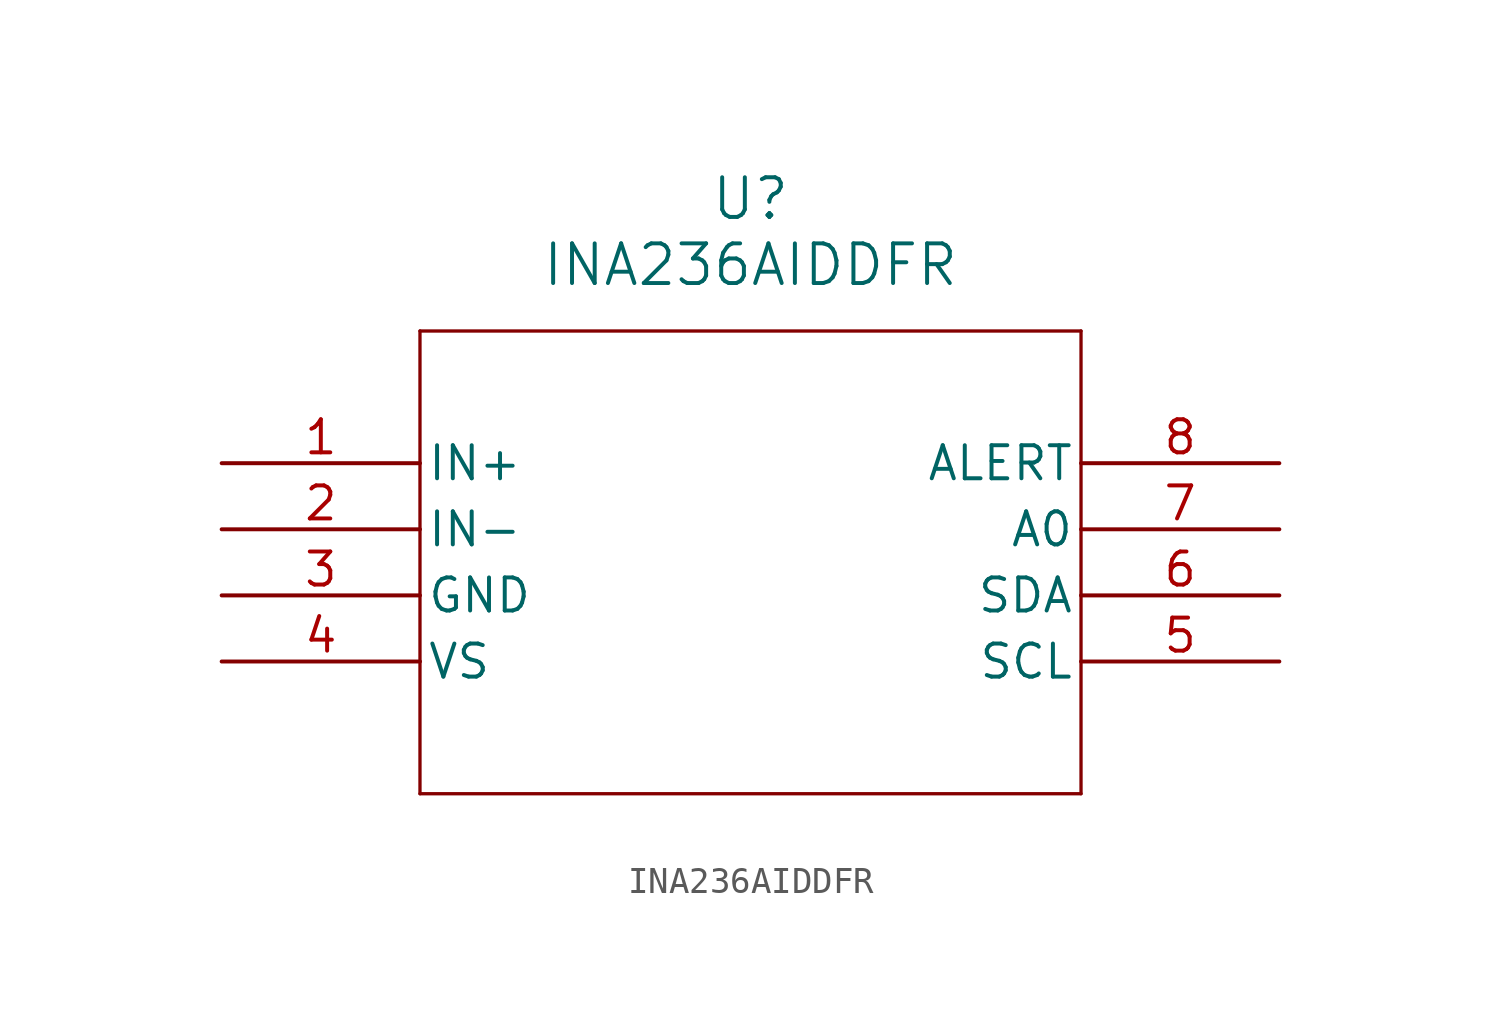
<source format=kicad_sym>
(kicad_symbol_lib
  (version 20211014)
  (generator kicad_symbol_editor)
  (symbol "INA236AIDDFR"
    (pin_names
      (offset 0.254))
    (property "Reference" "U"
      (at 20.32 10.16 0)
      (effects (font (size 1.524 1.524))))
    (property "Value" "INA236AIDDFR"
      (at 20.32 7.62 0)
      (effects (font (size 1.524 1.524))))
    (symbol "INA236AIDDFR_0_1"
      (polyline (pts (xy 7.62 5.08) (xy 7.62 -12.7)) (stroke (width 0.127) (type default) (color 0 0 0 0)) (fill (type none)))
      (polyline (pts (xy 7.62 -12.7) (xy 33.02 -12.7)) (stroke (width 0.127) (type default) (color 0 0 0 0)) (fill (type none)))
      (polyline (pts (xy 33.02 -12.7) (xy 33.02 5.08)) (stroke (width 0.127) (type default) (color 0 0 0 0)) (fill (type none)))
      (polyline (pts (xy 33.02 5.08) (xy 7.62 5.08)) (stroke (width 0.127) (type default) (color 0 0 0 0)) (fill (type none)))
      (pin input line (at 0 0 0) (length 7.62) (name "IN+" (effects (font (size 1.27 1.27)))) (number "1" (effects (font (size 1.27 1.27)))))
      (pin input line (at 0 -2.54 0) (length 7.62) (name "IN-" (effects (font (size 1.27 1.27)))) (number "2" (effects (font (size 1.27 1.27)))))
      (pin power_out line (at 0 -5.08 0) (length 7.62) (name "GND" (effects (font (size 1.27 1.27)))) (number "3" (effects (font (size 1.27 1.27)))))
      (pin power_in line (at 0 -7.62 0) (length 7.62) (name "VS" (effects (font (size 1.27 1.27)))) (number "4" (effects (font (size 1.27 1.27)))))
      (pin input line (at 40.64 -7.62 180) (length 7.62) (name "SCL" (effects (font (size 1.27 1.27)))) (number "5" (effects (font (size 1.27 1.27)))))
      (pin bidirectional line (at 40.64 -5.08 180) (length 7.62) (name "SDA" (effects (font (size 1.27 1.27)))) (number "6" (effects (font (size 1.27 1.27)))))
      (pin input line (at 40.64 -2.54 180) (length 7.62) (name "A0" (effects (font (size 1.27 1.27)))) (number "7" (effects (font (size 1.27 1.27)))))
      (pin output line (at 40.64 0 180) (length 7.62) (name "ALERT" (effects (font (size 1.27 1.27)))) (number "8" (effects (font (size 1.27 1.27))))))))
</source>
